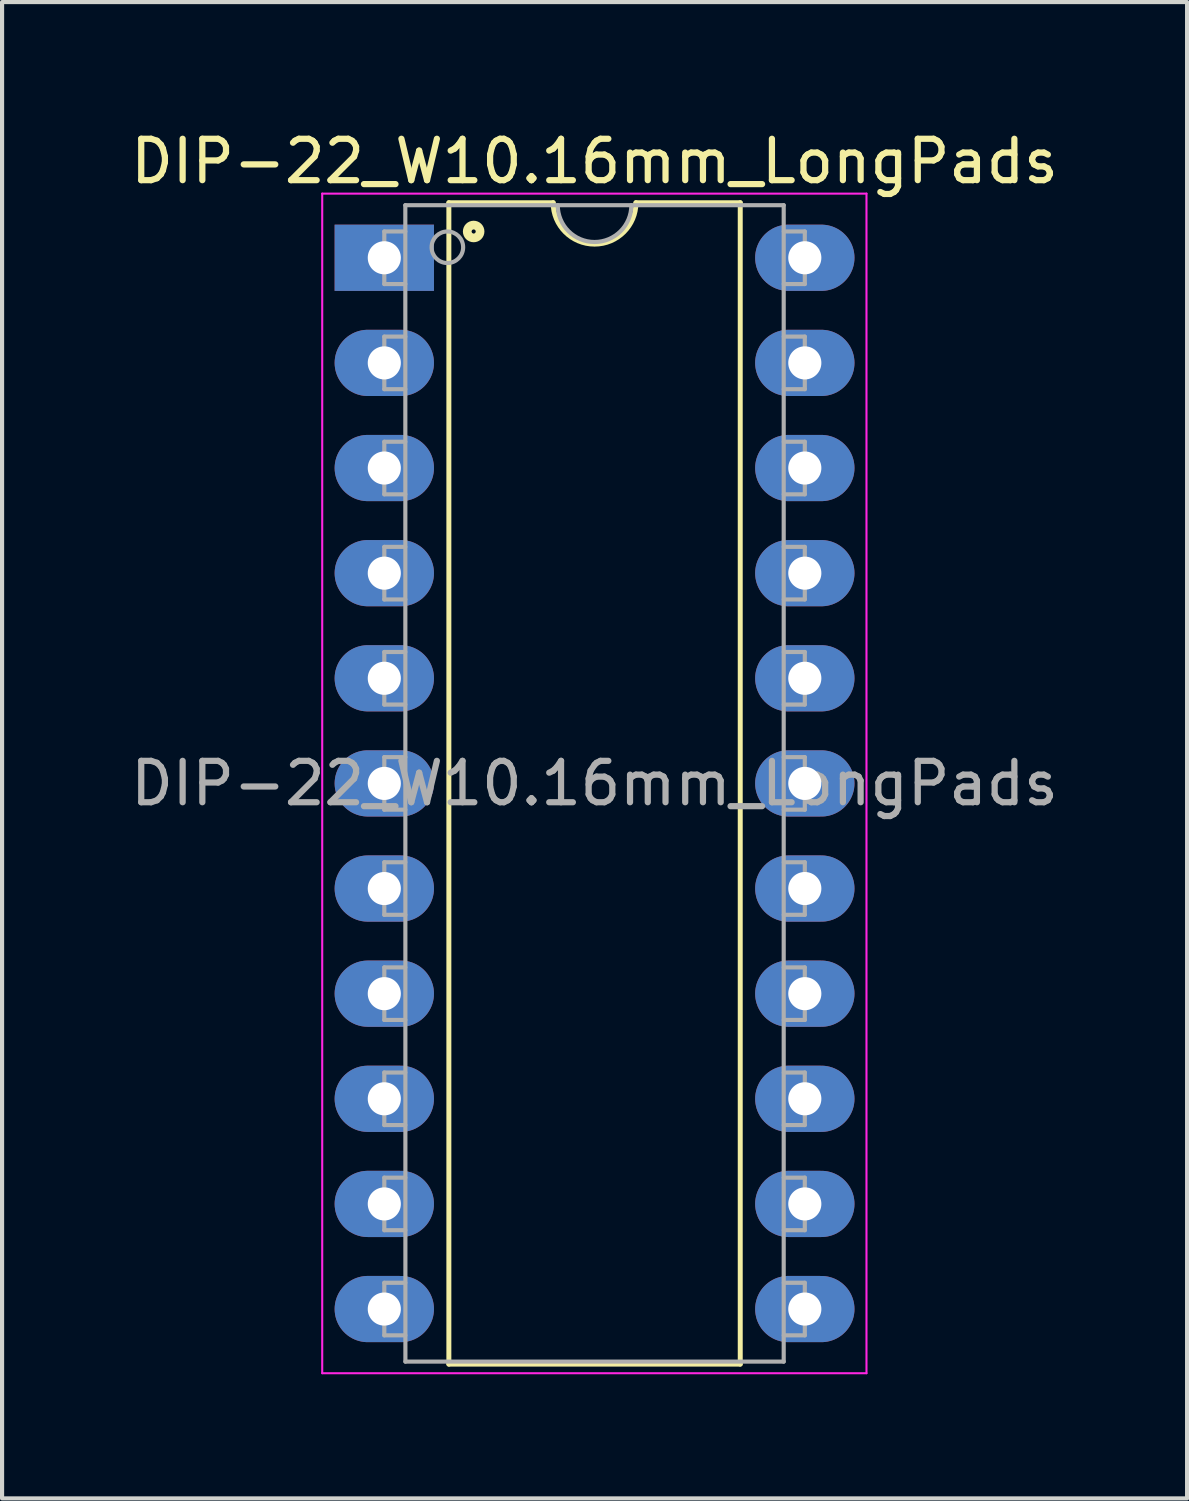
<source format=kicad_pcb>
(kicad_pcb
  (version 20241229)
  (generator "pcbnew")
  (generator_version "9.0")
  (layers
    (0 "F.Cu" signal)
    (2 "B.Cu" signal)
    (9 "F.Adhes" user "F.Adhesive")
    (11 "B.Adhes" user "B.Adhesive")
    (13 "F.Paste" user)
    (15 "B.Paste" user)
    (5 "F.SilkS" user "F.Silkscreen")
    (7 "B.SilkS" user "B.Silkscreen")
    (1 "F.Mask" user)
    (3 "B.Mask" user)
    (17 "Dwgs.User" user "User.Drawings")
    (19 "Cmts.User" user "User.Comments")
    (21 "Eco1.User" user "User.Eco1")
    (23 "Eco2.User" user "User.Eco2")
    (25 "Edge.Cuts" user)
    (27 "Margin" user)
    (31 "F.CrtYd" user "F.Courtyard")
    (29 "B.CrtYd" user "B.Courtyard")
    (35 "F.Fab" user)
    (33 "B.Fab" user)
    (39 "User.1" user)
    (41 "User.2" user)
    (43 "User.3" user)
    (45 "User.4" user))
  (footprint "DIP-22_W10.16mm_LongPads"
    (layer "F.Cu")
    (at 6.235 3.178)
    (property "Reference" "DIP-22_W10.16mm_LongPads" (at 5.08 -2.33 0) (layer "F.SilkS") (effects (font (size 1 1) (thickness 0.15))))
    (attr through_hole)
    (fp_line (start 1.56 -1.33) (end 1.56 26.73) (stroke (width 0.12) (type solid)) (layer "F.SilkS"))
    (fp_line (start 1.56 26.73) (end 8.6 26.73) (stroke (width 0.12) (type solid)) (layer "F.SilkS"))
    (fp_line (start 4.08 -1.33) (end 1.56 -1.33) (stroke (width 0.12) (type solid)) (layer "F.SilkS"))
    (fp_line (start 8.6 -1.33) (end 6.08 -1.33) (stroke (width 0.12) (type solid)) (layer "F.SilkS"))
    (fp_line (start 8.6 26.73) (end 8.6 -1.33) (stroke (width 0.12) (type solid)) (layer "F.SilkS"))
    (fp_arc (start 6.08 -1.33) (mid 5.08 -0.33) (end 4.08 -1.33) (stroke (width 0.12) (type solid)) (layer "F.SilkS"))
    (fp_circle (center 2.159 -0.635) (end 2.209 -0.635) (stroke (width 0.12) (type solid)) (fill no) (layer "F.SilkS"))
    (fp_circle (center 2.159 -0.635) (end 2.284 -0.635) (stroke (width 0.12) (type solid)) (fill no) (layer "F.SilkS"))
    (fp_circle (center 2.159 -0.635) (end 2.359 -0.635) (stroke (width 0.12) (type solid)) (fill no) (layer "F.SilkS"))
    (fp_line (start -1.5 -1.55) (end -1.5 26.95) (stroke (width 0.05) (type solid)) (layer "F.CrtYd"))
    (fp_line (start -1.5 26.95) (end 11.65 26.95) (stroke (width 0.05) (type solid)) (layer "F.CrtYd"))
    (fp_line (start 11.65 -1.55) (end -1.5 -1.55) (stroke (width 0.05) (type solid)) (layer "F.CrtYd"))
    (fp_line (start 11.65 26.95) (end 11.65 -1.55) (stroke (width 0.05) (type solid)) (layer "F.CrtYd"))
    (fp_line (start 0 -0.635) (end 0 0.635) (stroke (width 0.1) (type solid)) (layer "F.Fab"))
    (fp_line (start 0 -0.635) (end 0.508 -0.635) (stroke (width 0.1) (type solid)) (layer "F.Fab"))
    (fp_line (start 0 0.635) (end 0.508 0.635) (stroke (width 0.1) (type solid)) (layer "F.Fab"))
    (fp_line (start 0 1.905) (end 0 3.175) (stroke (width 0.1) (type solid)) (layer "F.Fab"))
    (fp_line (start 0 1.905) (end 0.508 1.905) (stroke (width 0.1) (type solid)) (layer "F.Fab"))
    (fp_line (start 0 3.175) (end 0.508 3.175) (stroke (width 0.1) (type solid)) (layer "F.Fab"))
    (fp_line (start 0 4.445) (end 0 5.715) (stroke (width 0.1) (type solid)) (layer "F.Fab"))
    (fp_line (start 0 4.445) (end 0.508 4.445) (stroke (width 0.1) (type solid)) (layer "F.Fab"))
    (fp_line (start 0 5.715) (end 0.508 5.715) (stroke (width 0.1) (type solid)) (layer "F.Fab"))
    (fp_line (start 0 6.985) (end 0 8.255) (stroke (width 0.1) (type solid)) (layer "F.Fab"))
    (fp_line (start 0 6.985) (end 0.508 6.985) (stroke (width 0.1) (type solid)) (layer "F.Fab"))
    (fp_line (start 0 8.255) (end 0.508 8.255) (stroke (width 0.1) (type solid)) (layer "F.Fab"))
    (fp_line (start 0 9.525) (end 0 10.795) (stroke (width 0.1) (type solid)) (layer "F.Fab"))
    (fp_line (start 0 9.525) (end 0.508 9.525) (stroke (width 0.1) (type solid)) (layer "F.Fab"))
    (fp_line (start 0 10.795) (end 0.508 10.795) (stroke (width 0.1) (type solid)) (layer "F.Fab"))
    (fp_line (start 0 12.065) (end 0 13.335) (stroke (width 0.1) (type solid)) (layer "F.Fab"))
    (fp_line (start 0 12.065) (end 0.508 12.065) (stroke (width 0.1) (type solid)) (layer "F.Fab"))
    (fp_line (start 0 13.335) (end 0.508 13.335) (stroke (width 0.1) (type solid)) (layer "F.Fab"))
    (fp_line (start 0 14.605) (end 0 15.875) (stroke (width 0.1) (type solid)) (layer "F.Fab"))
    (fp_line (start 0 14.605) (end 0.508 14.605) (stroke (width 0.1) (type solid)) (layer "F.Fab"))
    (fp_line (start 0 15.875) (end 0.508 15.875) (stroke (width 0.1) (type solid)) (layer "F.Fab"))
    (fp_line (start 0 17.145) (end 0 18.415) (stroke (width 0.1) (type solid)) (layer "F.Fab"))
    (fp_line (start 0 17.145) (end 0.508 17.145) (stroke (width 0.1) (type solid)) (layer "F.Fab"))
    (fp_line (start 0 18.415) (end 0.508 18.415) (stroke (width 0.1) (type solid)) (layer "F.Fab"))
    (fp_line (start 0 19.685) (end 0 20.955) (stroke (width 0.1) (type solid)) (layer "F.Fab"))
    (fp_line (start 0 19.685) (end 0.508 19.685) (stroke (width 0.1) (type solid)) (layer "F.Fab"))
    (fp_line (start 0 20.955) (end 0.508 20.955) (stroke (width 0.1) (type solid)) (layer "F.Fab"))
    (fp_line (start 0 22.225) (end 0 23.495) (stroke (width 0.1) (type solid)) (layer "F.Fab"))
    (fp_line (start 0 22.225) (end 0.508 22.225) (stroke (width 0.1) (type solid)) (layer "F.Fab"))
    (fp_line (start 0 23.495) (end 0.508 23.495) (stroke (width 0.1) (type solid)) (layer "F.Fab"))
    (fp_line (start 0 24.765) (end 0 26.035) (stroke (width 0.1) (type solid)) (layer "F.Fab"))
    (fp_line (start 0 24.765) (end 0.508 24.765) (stroke (width 0.1) (type solid)) (layer "F.Fab"))
    (fp_line (start 0 26.035) (end 0.508 26.035) (stroke (width 0.1) (type solid)) (layer "F.Fab"))
    (fp_line (start 0.508 -1.27) (end 9.65 -1.27) (stroke (width 0.1) (type solid)) (layer "F.Fab"))
    (fp_line (start 0.51 26.67) (end 0.508 -1.27) (stroke (width 0.1) (type solid)) (layer "F.Fab"))
    (fp_line (start 9.65 -1.27) (end 9.65 26.67) (stroke (width 0.1) (type solid)) (layer "F.Fab"))
    (fp_line (start 9.65 26.67) (end 0.51 26.67) (stroke (width 0.1) (type solid)) (layer "F.Fab"))
    (fp_line (start 10.16 -0.635) (end 9.652 -0.635) (stroke (width 0.1) (type solid)) (layer "F.Fab"))
    (fp_line (start 10.16 0.635) (end 9.652 0.635) (stroke (width 0.1) (type solid)) (layer "F.Fab"))
    (fp_line (start 10.16 0.635) (end 10.16 -0.635) (stroke (width 0.1) (type solid)) (layer "F.Fab"))
    (fp_line (start 10.16 1.905) (end 9.652 1.905) (stroke (width 0.1) (type solid)) (layer "F.Fab"))
    (fp_line (start 10.16 3.175) (end 9.652 3.175) (stroke (width 0.1) (type solid)) (layer "F.Fab"))
    (fp_line (start 10.16 3.175) (end 10.16 1.905) (stroke (width 0.1) (type solid)) (layer "F.Fab"))
    (fp_line (start 10.16 4.445) (end 9.652 4.445) (stroke (width 0.1) (type solid)) (layer "F.Fab"))
    (fp_line (start 10.16 5.715) (end 9.652 5.715) (stroke (width 0.1) (type solid)) (layer "F.Fab"))
    (fp_line (start 10.16 5.715) (end 10.16 4.445) (stroke (width 0.1) (type solid)) (layer "F.Fab"))
    (fp_line (start 10.16 6.985) (end 9.652 6.985) (stroke (width 0.1) (type solid)) (layer "F.Fab"))
    (fp_line (start 10.16 8.255) (end 9.652 8.255) (stroke (width 0.1) (type solid)) (layer "F.Fab"))
    (fp_line (start 10.16 8.255) (end 10.16 6.985) (stroke (width 0.1) (type solid)) (layer "F.Fab"))
    (fp_line (start 10.16 9.525) (end 9.652 9.525) (stroke (width 0.1) (type solid)) (layer "F.Fab"))
    (fp_line (start 10.16 10.795) (end 9.652 10.795) (stroke (width 0.1) (type solid)) (layer "F.Fab"))
    (fp_line (start 10.16 10.795) (end 10.16 9.525) (stroke (width 0.1) (type solid)) (layer "F.Fab"))
    (fp_line (start 10.16 12.065) (end 9.652 12.065) (stroke (width 0.1) (type solid)) (layer "F.Fab"))
    (fp_line (start 10.16 13.335) (end 9.652 13.335) (stroke (width 0.1) (type solid)) (layer "F.Fab"))
    (fp_line (start 10.16 13.335) (end 10.16 12.065) (stroke (width 0.1) (type solid)) (layer "F.Fab"))
    (fp_line (start 10.16 14.605) (end 9.652 14.605) (stroke (width 0.1) (type solid)) (layer "F.Fab"))
    (fp_line (start 10.16 15.875) (end 9.652 15.875) (stroke (width 0.1) (type solid)) (layer "F.Fab"))
    (fp_line (start 10.16 15.875) (end 10.16 14.605) (stroke (width 0.1) (type solid)) (layer "F.Fab"))
    (fp_line (start 10.16 17.145) (end 9.652 17.145) (stroke (width 0.1) (type solid)) (layer "F.Fab"))
    (fp_line (start 10.16 18.415) (end 9.652 18.415) (stroke (width 0.1) (type solid)) (layer "F.Fab"))
    (fp_line (start 10.16 18.415) (end 10.16 17.145) (stroke (width 0.1) (type solid)) (layer "F.Fab"))
    (fp_line (start 10.16 19.685) (end 9.652 19.685) (stroke (width 0.1) (type solid)) (layer "F.Fab"))
    (fp_line (start 10.16 20.955) (end 9.652 20.955) (stroke (width 0.1) (type solid)) (layer "F.Fab"))
    (fp_line (start 10.16 20.955) (end 10.16 19.685) (stroke (width 0.1) (type solid)) (layer "F.Fab"))
    (fp_line (start 10.16 22.225) (end 9.652 22.225) (stroke (width 0.1) (type solid)) (layer "F.Fab"))
    (fp_line (start 10.16 23.495) (end 9.652 23.495) (stroke (width 0.1) (type solid)) (layer "F.Fab"))
    (fp_line (start 10.16 23.495) (end 10.16 22.225) (stroke (width 0.1) (type solid)) (layer "F.Fab"))
    (fp_line (start 10.16 24.765) (end 9.652 24.765) (stroke (width 0.1) (type solid)) (layer "F.Fab"))
    (fp_line (start 10.16 26.035) (end 9.652 26.035) (stroke (width 0.1) (type solid)) (layer "F.Fab"))
    (fp_line (start 10.16 26.035) (end 10.16 24.765) (stroke (width 0.1) (type solid)) (layer "F.Fab"))
    (fp_arc (start 5.969 -1.27) (mid 5.08 -0.381) (end 4.191 -1.27) (stroke (width 0.1) (type solid)) (layer "F.Fab"))
    (fp_circle (center 1.524 -0.254) (end 1.905 -0.254) (stroke (width 0.1) (type solid)) (fill no) (layer "F.Fab"))
    (fp_text user "${REFERENCE}" (at 5.08 12.7 0) (layer "F.Fab") (effects (font (size 1 1) (thickness 0.15))))
    (pad "1" thru_hole rect (at 0 0) (size 2.4 1.6) (drill 0.8) (layers "*.Cu" "*.Mask"))
    (pad "2" thru_hole oval (at 0 2.54) (size 2.4 1.6) (drill 0.8) (layers "*.Cu" "*.Mask"))
    (pad "3" thru_hole oval (at 0 5.08) (size 2.4 1.6) (drill 0.8) (layers "*.Cu" "*.Mask"))
    (pad "4" thru_hole oval (at 0 7.62) (size 2.4 1.6) (drill 0.8) (layers "*.Cu" "*.Mask"))
    (pad "5" thru_hole oval (at 0 10.16) (size 2.4 1.6) (drill 0.8) (layers "*.Cu" "*.Mask"))
    (pad "6" thru_hole oval (at 0 12.7) (size 2.4 1.6) (drill 0.8) (layers "*.Cu" "*.Mask"))
    (pad "7" thru_hole oval (at 0 15.24) (size 2.4 1.6) (drill 0.8) (layers "*.Cu" "*.Mask"))
    (pad "8" thru_hole oval (at 0 17.78) (size 2.4 1.6) (drill 0.8) (layers "*.Cu" "*.Mask"))
    (pad "9" thru_hole oval (at 0 20.32) (size 2.4 1.6) (drill 0.8) (layers "*.Cu" "*.Mask"))
    (pad "10" thru_hole oval (at 0 22.86) (size 2.4 1.6) (drill 0.8) (layers "*.Cu" "*.Mask"))
    (pad "11" thru_hole oval (at 0 25.4) (size 2.4 1.6) (drill 0.8) (layers "*.Cu" "*.Mask"))
    (pad "12" thru_hole oval (at 10.16 25.4) (size 2.4 1.6) (drill 0.8) (layers "*.Cu" "*.Mask"))
    (pad "13" thru_hole oval (at 10.16 22.86) (size 2.4 1.6) (drill 0.8) (layers "*.Cu" "*.Mask"))
    (pad "14" thru_hole oval (at 10.16 20.32) (size 2.4 1.6) (drill 0.8) (layers "*.Cu" "*.Mask"))
    (pad "15" thru_hole oval (at 10.16 17.78) (size 2.4 1.6) (drill 0.8) (layers "*.Cu" "*.Mask"))
    (pad "16" thru_hole oval (at 10.16 15.24) (size 2.4 1.6) (drill 0.8) (layers "*.Cu" "*.Mask"))
    (pad "17" thru_hole oval (at 10.16 12.7) (size 2.4 1.6) (drill 0.8) (layers "*.Cu" "*.Mask"))
    (pad "18" thru_hole oval (at 10.16 10.16) (size 2.4 1.6) (drill 0.8) (layers "*.Cu" "*.Mask"))
    (pad "19" thru_hole oval (at 10.16 7.62) (size 2.4 1.6) (drill 0.8) (layers "*.Cu" "*.Mask"))
    (pad "20" thru_hole oval (at 10.16 5.08) (size 2.4 1.6) (drill 0.8) (layers "*.Cu" "*.Mask"))
    (pad "21" thru_hole oval (at 10.16 2.54) (size 2.4 1.6) (drill 0.8) (layers "*.Cu" "*.Mask"))
    (pad "22" thru_hole oval (at 10.16 0) (size 2.4 1.6) (drill 0.8) (layers "*.Cu" "*.Mask")))
  (gr_rect
    (start -3 -3)
    (end 25.631 33.153)
    (stroke (width 0.1) (type default))
    (fill no)
    (layer "Edge.Cuts")))
</source>
